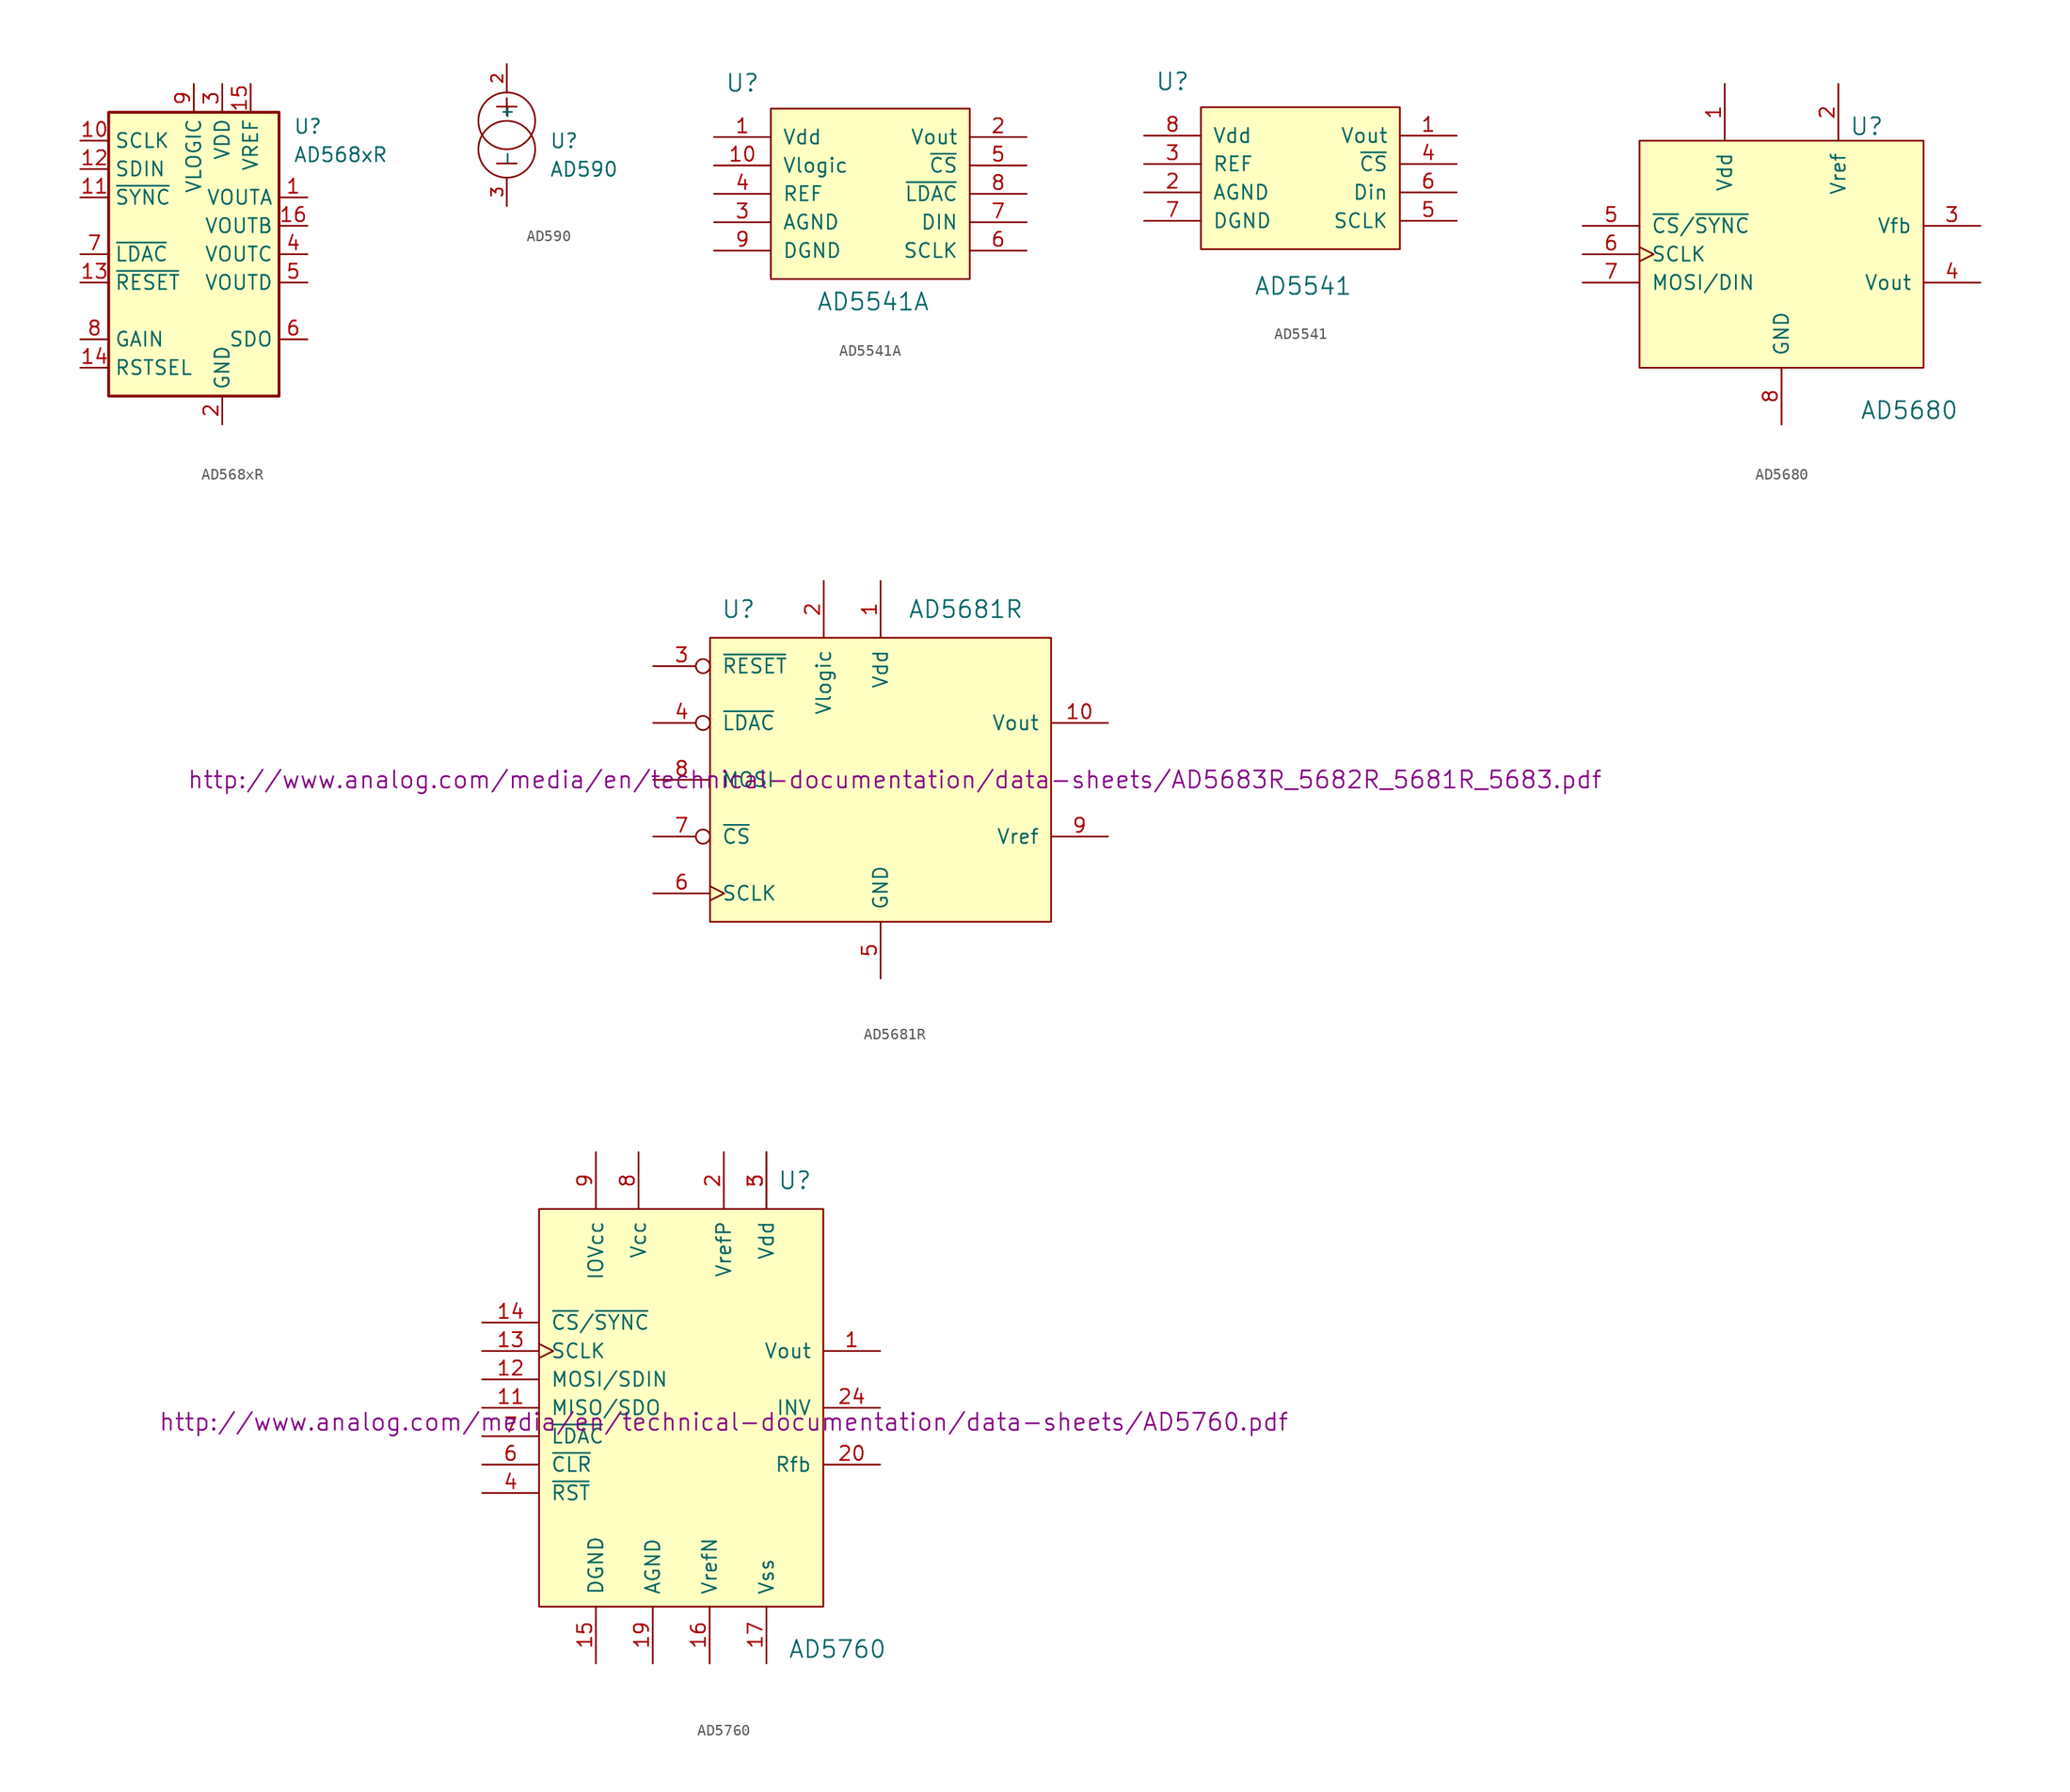
<source format=kicad_sym>
(kicad_symbol_lib
  (version 20231120)
  (generator "kicad_symbol_editor")
  (generator_version "8.0")
  (symbol "AD568xR"
    (property "Reference" "U"
      (at 8.89 11.43 0)
      (effects (font (size 1.27 1.27)) (justify left)))
    (property "Value" "AD568xR"
      (at 8.89 8.89 0)
      (effects (font (size 1.27 1.27)) (justify left)))
    (symbol "AD568xR_0_1"
      (rectangle (start -7.62 12.7) (end 7.62 -12.7) (stroke (width 0.254) (type solid)) (fill (type background))))
    (symbol "AD568xR_1_1"
      (pin output line (at 10.16 5.08 180) (length 2.54) (name "VOUTA" (effects (font (size 1.27 1.27)))) (number "1" (effects (font (size 1.27 1.27)))))
      (pin input line (at -10.16 10.16 0) (length 2.54) (name "SCLK" (effects (font (size 1.27 1.27)))) (number "10" (effects (font (size 1.27 1.27)))))
      (pin input line (at -10.16 5.08 0) (length 2.54) (name "~{SYNC}" (effects (font (size 1.27 1.27)))) (number "11" (effects (font (size 1.27 1.27)))))
      (pin input line (at -10.16 7.62 0) (length 2.54) (name "SDIN" (effects (font (size 1.27 1.27)))) (number "12" (effects (font (size 1.27 1.27)))))
      (pin input line (at -10.16 -2.54 0) (length 2.54) (name "~{RESET}" (effects (font (size 1.27 1.27)))) (number "13" (effects (font (size 1.27 1.27)))))
      (pin input line (at -10.16 -10.16 0) (length 2.54) (name "RSTSEL" (effects (font (size 1.27 1.27)))) (number "14" (effects (font (size 1.27 1.27)))))
      (pin power_in line (at 5.08 15.24 270) (length 2.54) (name "VREF" (effects (font (size 1.27 1.27)))) (number "15" (effects (font (size 1.27 1.27)))))
      (pin output line (at 10.16 2.54 180) (length 2.54) (name "VOUTB" (effects (font (size 1.27 1.27)))) (number "16" (effects (font (size 1.27 1.27)))))
      (pin passive line (at 2.54 -15.24 90) (length 2.54) hide (name "GND" (effects (font (size 1.27 1.27)))) (number "17" (effects (font (size 1.27 1.27)))))
      (pin power_in line (at 2.54 -15.24 90) (length 2.54) (name "GND" (effects (font (size 1.27 1.27)))) (number "2" (effects (font (size 1.27 1.27)))))
      (pin power_in line (at 2.54 15.24 270) (length 2.54) (name "VDD" (effects (font (size 1.27 1.27)))) (number "3" (effects (font (size 1.27 1.27)))))
      (pin output line (at 10.16 0 180) (length 2.54) (name "VOUTC" (effects (font (size 1.27 1.27)))) (number "4" (effects (font (size 1.27 1.27)))))
      (pin output line (at 10.16 -2.54 180) (length 2.54) (name "VOUTD" (effects (font (size 1.27 1.27)))) (number "5" (effects (font (size 1.27 1.27)))))
      (pin output line (at 10.16 -7.62 180) (length 2.54) (name "SDO" (effects (font (size 1.27 1.27)))) (number "6" (effects (font (size 1.27 1.27)))))
      (pin input line (at -10.16 0 0) (length 2.54) (name "~{LDAC}" (effects (font (size 1.27 1.27)))) (number "7" (effects (font (size 1.27 1.27)))))
      (pin input line (at -10.16 -7.62 0) (length 2.54) (name "GAIN" (effects (font (size 1.27 1.27)))) (number "8" (effects (font (size 1.27 1.27)))))
      (pin power_in line (at 0 15.24 270) (length 2.54) (name "VLOGIC" (effects (font (size 1.27 1.27)))) (number "9" (effects (font (size 1.27 1.27)))))))
  (symbol "AD590"
    (pin_names
      (offset 1.016))
    (property "Reference" "U"
      (at 3.81 0 0)
      (effects (font (size 1.27 1.27)) (justify left bottom)))
    (property "Value" "AD590"
      (at 3.81 -2.54 0)
      (effects (font (size 1.27 1.27)) (justify left bottom)))
    (symbol "AD590_1_0"
      (polyline (pts (xy -0.889 -1.27) (xy 0.889 -1.27)) (stroke (width 0) (type solid)) (fill (type none)))
      (polyline (pts (xy -0.889 3.81) (xy 0.889 3.81)) (stroke (width 0) (type solid)) (fill (type none)))
      (polyline (pts (xy 0 4.572) (xy 0 3.048)) (stroke (width 0) (type solid)) (fill (type none))))
    (symbol "AD590_1_1"
      (circle (center 0 0) (radius 2.54) (stroke (width 0) (type solid)) (fill (type none)))
      (circle (center 0 2.54) (radius 2.54) (stroke (width 0) (type solid)) (fill (type none)))
      (pin input line (at 0 7.62 270) (length 2.54) (name "+" (effects (font (size 1.016 1.016)))) (number "2" (effects (font (size 1.016 1.016)))))
      (pin input line (at 0 -5.08 90) (length 2.54) (name "-" (effects (font (size 1.016 1.016)))) (number "3" (effects (font (size 1.016 1.016)))))))
  (symbol "AD5541A"
    (pin_names
      (offset 1.016))
    (property "Reference" "U"
      (at -11.43 9.906 0)
      (effects (font (size 1.524 1.524))))
    (property "Value" "AD5541A"
      (at 0.254 -9.652 0)
      (effects (font (size 1.524 1.524))))
    (property "Footprint" ""
      (at 1.27 -5.08 0)
      (effects (font (size 1.524 1.524))))
    (property "Datasheet" ""
      (at 1.27 -5.08 0)
      (effects (font (size 1.524 1.524))))
    (symbol "AD5541A_0_1"
      (rectangle (start -8.89 7.62) (end 8.89 -7.62) (stroke (width 0) (type solid)) (fill (type background)))
      (pin input line (at -13.97 0 0) (length 5.08) (name "REF" (effects (font (size 1.27 1.27)))) (number "4" (effects (font (size 1.27 1.27)))))
      (pin input line (at 13.97 2.54 180) (length 5.08) (name "~{CS}" (effects (font (size 1.27 1.27)))) (number "5" (effects (font (size 1.27 1.27))))))
    (symbol "AD5541A_1_1"
      (pin power_in line (at -13.97 5.08 0) (length 5.08) (name "Vdd" (effects (font (size 1.27 1.27)))) (number "1" (effects (font (size 1.27 1.27)))))
      (pin power_in line (at -13.97 2.54 0) (length 5.08) (name "Vlogic" (effects (font (size 1.27 1.27)))) (number "10" (effects (font (size 1.27 1.27)))))
      (pin output line (at 13.97 5.08 180) (length 5.08) (name "Vout" (effects (font (size 1.27 1.27)))) (number "2" (effects (font (size 1.27 1.27)))))
      (pin passive line (at -13.97 -2.54 0) (length 5.08) (name "AGND" (effects (font (size 1.27 1.27)))) (number "3" (effects (font (size 1.27 1.27)))))
      (pin input line (at 13.97 -5.08 180) (length 5.08) (name "SCLK" (effects (font (size 1.27 1.27)))) (number "6" (effects (font (size 1.27 1.27)))))
      (pin input line (at 13.97 -2.54 180) (length 5.08) (name "DIN" (effects (font (size 1.27 1.27)))) (number "7" (effects (font (size 1.27 1.27)))))
      (pin input line (at 13.97 0 180) (length 5.08) (name "~{LDAC}" (effects (font (size 1.27 1.27)))) (number "8" (effects (font (size 1.27 1.27)))))
      (pin passive line (at -13.97 -5.08 0) (length 5.08) (name "DGND" (effects (font (size 1.27 1.27)))) (number "9" (effects (font (size 1.27 1.27)))))))
  (symbol "AD5541"
    (pin_names
      (offset 1.016))
    (property "Reference" "U"
      (at -11.43 8.636 0)
      (effects (font (size 1.524 1.524))))
    (property "Value" "AD5541"
      (at 0.254 -9.652 0)
      (effects (font (size 1.524 1.524))))
    (property "Footprint" ""
      (at 1.27 -6.35 0)
      (effects (font (size 1.524 1.524))))
    (property "Datasheet" ""
      (at 1.27 -6.35 0)
      (effects (font (size 1.524 1.524))))
    (symbol "AD5541_0_1"
      (rectangle (start -8.89 6.35) (end 8.89 -6.35) (stroke (width 0) (type solid)) (fill (type background)))
      (pin input line (at -13.97 1.27 0) (length 5.08) (name "REF" (effects (font (size 1.27 1.27)))) (number "3" (effects (font (size 1.27 1.27)))))
      (pin passive line (at -13.97 -3.81 0) (length 5.08) (name "DGND" (effects (font (size 1.27 1.27)))) (number "7" (effects (font (size 1.27 1.27))))))
    (symbol "AD5541_1_1"
      (pin output line (at 13.97 3.81 180) (length 5.08) (name "Vout" (effects (font (size 1.27 1.27)))) (number "1" (effects (font (size 1.27 1.27)))))
      (pin passive line (at -13.97 -1.27 0) (length 5.08) (name "AGND" (effects (font (size 1.27 1.27)))) (number "2" (effects (font (size 1.27 1.27)))))
      (pin input line (at 13.97 1.27 180) (length 5.08) (name "~{CS}" (effects (font (size 1.27 1.27)))) (number "4" (effects (font (size 1.27 1.27)))))
      (pin input line (at 13.97 -3.81 180) (length 5.08) (name "SCLK" (effects (font (size 1.27 1.27)))) (number "5" (effects (font (size 1.27 1.27)))))
      (pin input line (at 13.97 -1.27 180) (length 5.08) (name "Din" (effects (font (size 1.27 1.27)))) (number "6" (effects (font (size 1.27 1.27)))))
      (pin passive line (at -13.97 3.81 0) (length 5.08) (name "Vdd" (effects (font (size 1.27 1.27)))) (number "8" (effects (font (size 1.27 1.27)))))))
  (symbol "AD5680"
    (pin_names
      (offset 1.016))
    (property "Reference" "U"
      (at 7.62 11.43 0)
      (effects (font (size 1.524 1.524))))
    (property "Value" "AD5680"
      (at 11.43 -13.97 0)
      (effects (font (size 1.524 1.524))))
    (symbol "AD5680_0_1"
      (rectangle (start -12.7 10.16) (end 12.7 -10.16) (stroke (width 0) (type solid)) (fill (type background)))
      (pin input line (at -17.78 2.54 0) (length 5.08) (name "~{CS}/~{SYNC}" (effects (font (size 1.27 1.27)))) (number "5" (effects (font (size 1.27 1.27))))))
    (symbol "AD5680_1_1"
      (pin power_in line (at -5.08 15.24 270) (length 5.08) (name "Vdd" (effects (font (size 1.27 1.27)))) (number "1" (effects (font (size 1.27 1.27)))))
      (pin input line (at 5.08 15.24 270) (length 5.08) (name "Vref" (effects (font (size 1.27 1.27)))) (number "2" (effects (font (size 1.27 1.27)))))
      (pin input line (at 17.78 2.54 180) (length 5.08) (name "Vfb" (effects (font (size 1.27 1.27)))) (number "3" (effects (font (size 1.27 1.27)))))
      (pin output line (at 17.78 -2.54 180) (length 5.08) (name "Vout" (effects (font (size 1.27 1.27)))) (number "4" (effects (font (size 1.27 1.27)))))
      (pin input clock (at -17.78 0 0) (length 5.08) (name "SCLK" (effects (font (size 1.27 1.27)))) (number "6" (effects (font (size 1.27 1.27)))))
      (pin input line (at -17.78 -2.54 0) (length 5.08) (name "MOSI/DIN" (effects (font (size 1.27 1.27)))) (number "7" (effects (font (size 1.27 1.27)))))
      (pin power_in line (at 0 -15.24 90) (length 5.08) (name "GND" (effects (font (size 1.27 1.27)))) (number "8" (effects (font (size 1.27 1.27)))))))
  (symbol "AD5681R"
    (pin_names
      (offset 1.016))
    (property "Reference" "U"
      (at -12.7 15.24 0)
      (effects (font (size 1.524 1.524))))
    (property "Value" "AD5681R"
      (at 7.62 15.24 0)
      (effects (font (size 1.524 1.524))))
    (property "Datasheet" "http://www.analog.com/media/en/technical-documentation/data-sheets/AD5683R_5682R_5681R_5683.pdf"
      (at 1.27 0 0)
      (effects (font (size 1.524 1.524))))
    (symbol "AD5681R_0_1"
      (rectangle (start -15.24 12.7) (end 15.24 -12.7) (stroke (width 0) (type solid)) (fill (type background)))
      (pin input inverted (at -20.32 10.16 0) (length 5.08) (name "~{RESET}" (effects (font (size 1.27 1.27)))) (number "3" (effects (font (size 1.27 1.27)))))
      (pin bidirectional line (at 20.32 -5.08 180) (length 5.08) (name "Vref" (effects (font (size 1.27 1.27)))) (number "9" (effects (font (size 1.27 1.27))))))
    (symbol "AD5681R_1_1"
      (pin power_in line (at 0 17.78 270) (length 5.08) (name "Vdd" (effects (font (size 1.27 1.27)))) (number "1" (effects (font (size 1.27 1.27)))))
      (pin output line (at 20.32 5.08 180) (length 5.08) (name "Vout" (effects (font (size 1.27 1.27)))) (number "10" (effects (font (size 1.27 1.27)))))
      (pin power_in line (at -5.08 17.78 270) (length 5.08) (name "Vlogic" (effects (font (size 1.27 1.27)))) (number "2" (effects (font (size 1.27 1.27)))))
      (pin input inverted (at -20.32 5.08 0) (length 5.08) (name "~{LDAC}" (effects (font (size 1.27 1.27)))) (number "4" (effects (font (size 1.27 1.27)))))
      (pin power_in line (at 0 -17.78 90) (length 5.08) (name "GND" (effects (font (size 1.27 1.27)))) (number "5" (effects (font (size 1.27 1.27)))))
      (pin input clock (at -20.32 -10.16 0) (length 5.08) (name "SCLK" (effects (font (size 1.27 1.27)))) (number "6" (effects (font (size 1.27 1.27)))))
      (pin input inverted (at -20.32 -5.08 0) (length 5.08) (name "~{CS}" (effects (font (size 1.27 1.27)))) (number "7" (effects (font (size 1.27 1.27)))))
      (pin input line (at -20.32 0 0) (length 5.08) (name "MOSI" (effects (font (size 1.27 1.27)))) (number "8" (effects (font (size 1.27 1.27)))))))
  (symbol "AD5760"
    (pin_names
      (offset 1.016))
    (property "Reference" "U"
      (at 10.16 20.32 0)
      (effects (font (size 1.524 1.524))))
    (property "Value" "AD5760"
      (at 13.97 -21.59 0)
      (effects (font (size 1.524 1.524))))
    (property "Datasheet" "http://www.analog.com/media/en/technical-documentation/data-sheets/AD5760.pdf"
      (at 3.81 -1.27 0)
      (effects (font (size 1.524 1.524))))
    (symbol "AD5760_0_1"
      (rectangle (start -12.7 17.78) (end 12.7 -17.78) (stroke (width 0) (type solid)) (fill (type background)))
      (pin input line (at -17.78 7.62 0) (length 5.08) (name "~{CS}/~{SYNC}" (effects (font (size 1.27 1.27)))) (number "14" (effects (font (size 1.27 1.27))))))
    (symbol "AD5760_1_1"
      (pin output line (at 17.78 5.08 180) (length 5.08) (name "Vout" (effects (font (size 1.27 1.27)))) (number "1" (effects (font (size 1.27 1.27)))))
      (pin tri_state line (at -17.78 0 0) (length 5.08) (name "MISO/SDO" (effects (font (size 1.27 1.27)))) (number "11" (effects (font (size 1.27 1.27)))))
      (pin input line (at -17.78 2.54 0) (length 5.08) (name "MOSI/SDIN" (effects (font (size 1.27 1.27)))) (number "12" (effects (font (size 1.27 1.27)))))
      (pin input clock (at -17.78 5.08 0) (length 5.08) (name "SCLK" (effects (font (size 1.27 1.27)))) (number "13" (effects (font (size 1.27 1.27)))))
      (pin power_in line (at -7.62 -22.86 90) (length 5.08) (name "DGND" (effects (font (size 1.27 1.27)))) (number "15" (effects (font (size 1.27 1.27)))))
      (pin input line (at 2.54 -22.86 90) (length 5.08) (name "VrefN" (effects (font (size 1.27 1.27)))) (number "16" (effects (font (size 1.27 1.27)))))
      (pin power_in line (at 7.62 -22.86 90) (length 5.08) (name "Vss" (effects (font (size 1.27 1.27)))) (number "17" (effects (font (size 1.27 1.27)))))
      (pin passive line (at 7.62 -22.86 90) (length 5.08) hide (name "Vss" (effects (font (size 1.27 1.27)))) (number "18" (effects (font (size 1.27 1.27)))))
      (pin power_in line (at -2.54 -22.86 90) (length 5.08) (name "AGND" (effects (font (size 1.27 1.27)))) (number "19" (effects (font (size 1.27 1.27)))))
      (pin input line (at 3.81 22.86 270) (length 5.08) (name "VrefP" (effects (font (size 1.27 1.27)))) (number "2" (effects (font (size 1.27 1.27)))))
      (pin input line (at 17.78 -5.08 180) (length 5.08) (name "Rfb" (effects (font (size 1.27 1.27)))) (number "20" (effects (font (size 1.27 1.27)))))
      (pin output line (at 17.78 0 180) (length 5.08) (name "INV" (effects (font (size 1.27 1.27)))) (number "24" (effects (font (size 1.27 1.27)))))
      (pin passive line (at 7.62 -22.86 90) (length 5.08) hide (name "Vss" (effects (font (size 1.27 1.27)))) (number "25" (effects (font (size 1.27 1.27)))))
      (pin power_in line (at 7.62 22.86 270) (length 5.08) (name "Vdd" (effects (font (size 1.27 1.27)))) (number "3" (effects (font (size 1.27 1.27)))))
      (pin input line (at -17.78 -7.62 0) (length 5.08) (name "~{RST}" (effects (font (size 1.27 1.27)))) (number "4" (effects (font (size 1.27 1.27)))))
      (pin power_in line (at 7.62 22.86 270) (length 5.08) (name "~" (effects (font (size 1.27 1.27)))) (number "5" (effects (font (size 1.27 1.27)))))
      (pin input line (at -17.78 -5.08 0) (length 5.08) (name "~{CLR}" (effects (font (size 1.27 1.27)))) (number "6" (effects (font (size 1.27 1.27)))))
      (pin input line (at -17.78 -2.54 0) (length 5.08) (name "~{LDAC}" (effects (font (size 1.27 1.27)))) (number "7" (effects (font (size 1.27 1.27)))))
      (pin power_in line (at -3.81 22.86 270) (length 5.08) (name "Vcc" (effects (font (size 1.27 1.27)))) (number "8" (effects (font (size 1.27 1.27)))))
      (pin power_in line (at -7.62 22.86 270) (length 5.08) (name "IOVcc" (effects (font (size 1.27 1.27)))) (number "9" (effects (font (size 1.27 1.27))))))))
</source>
